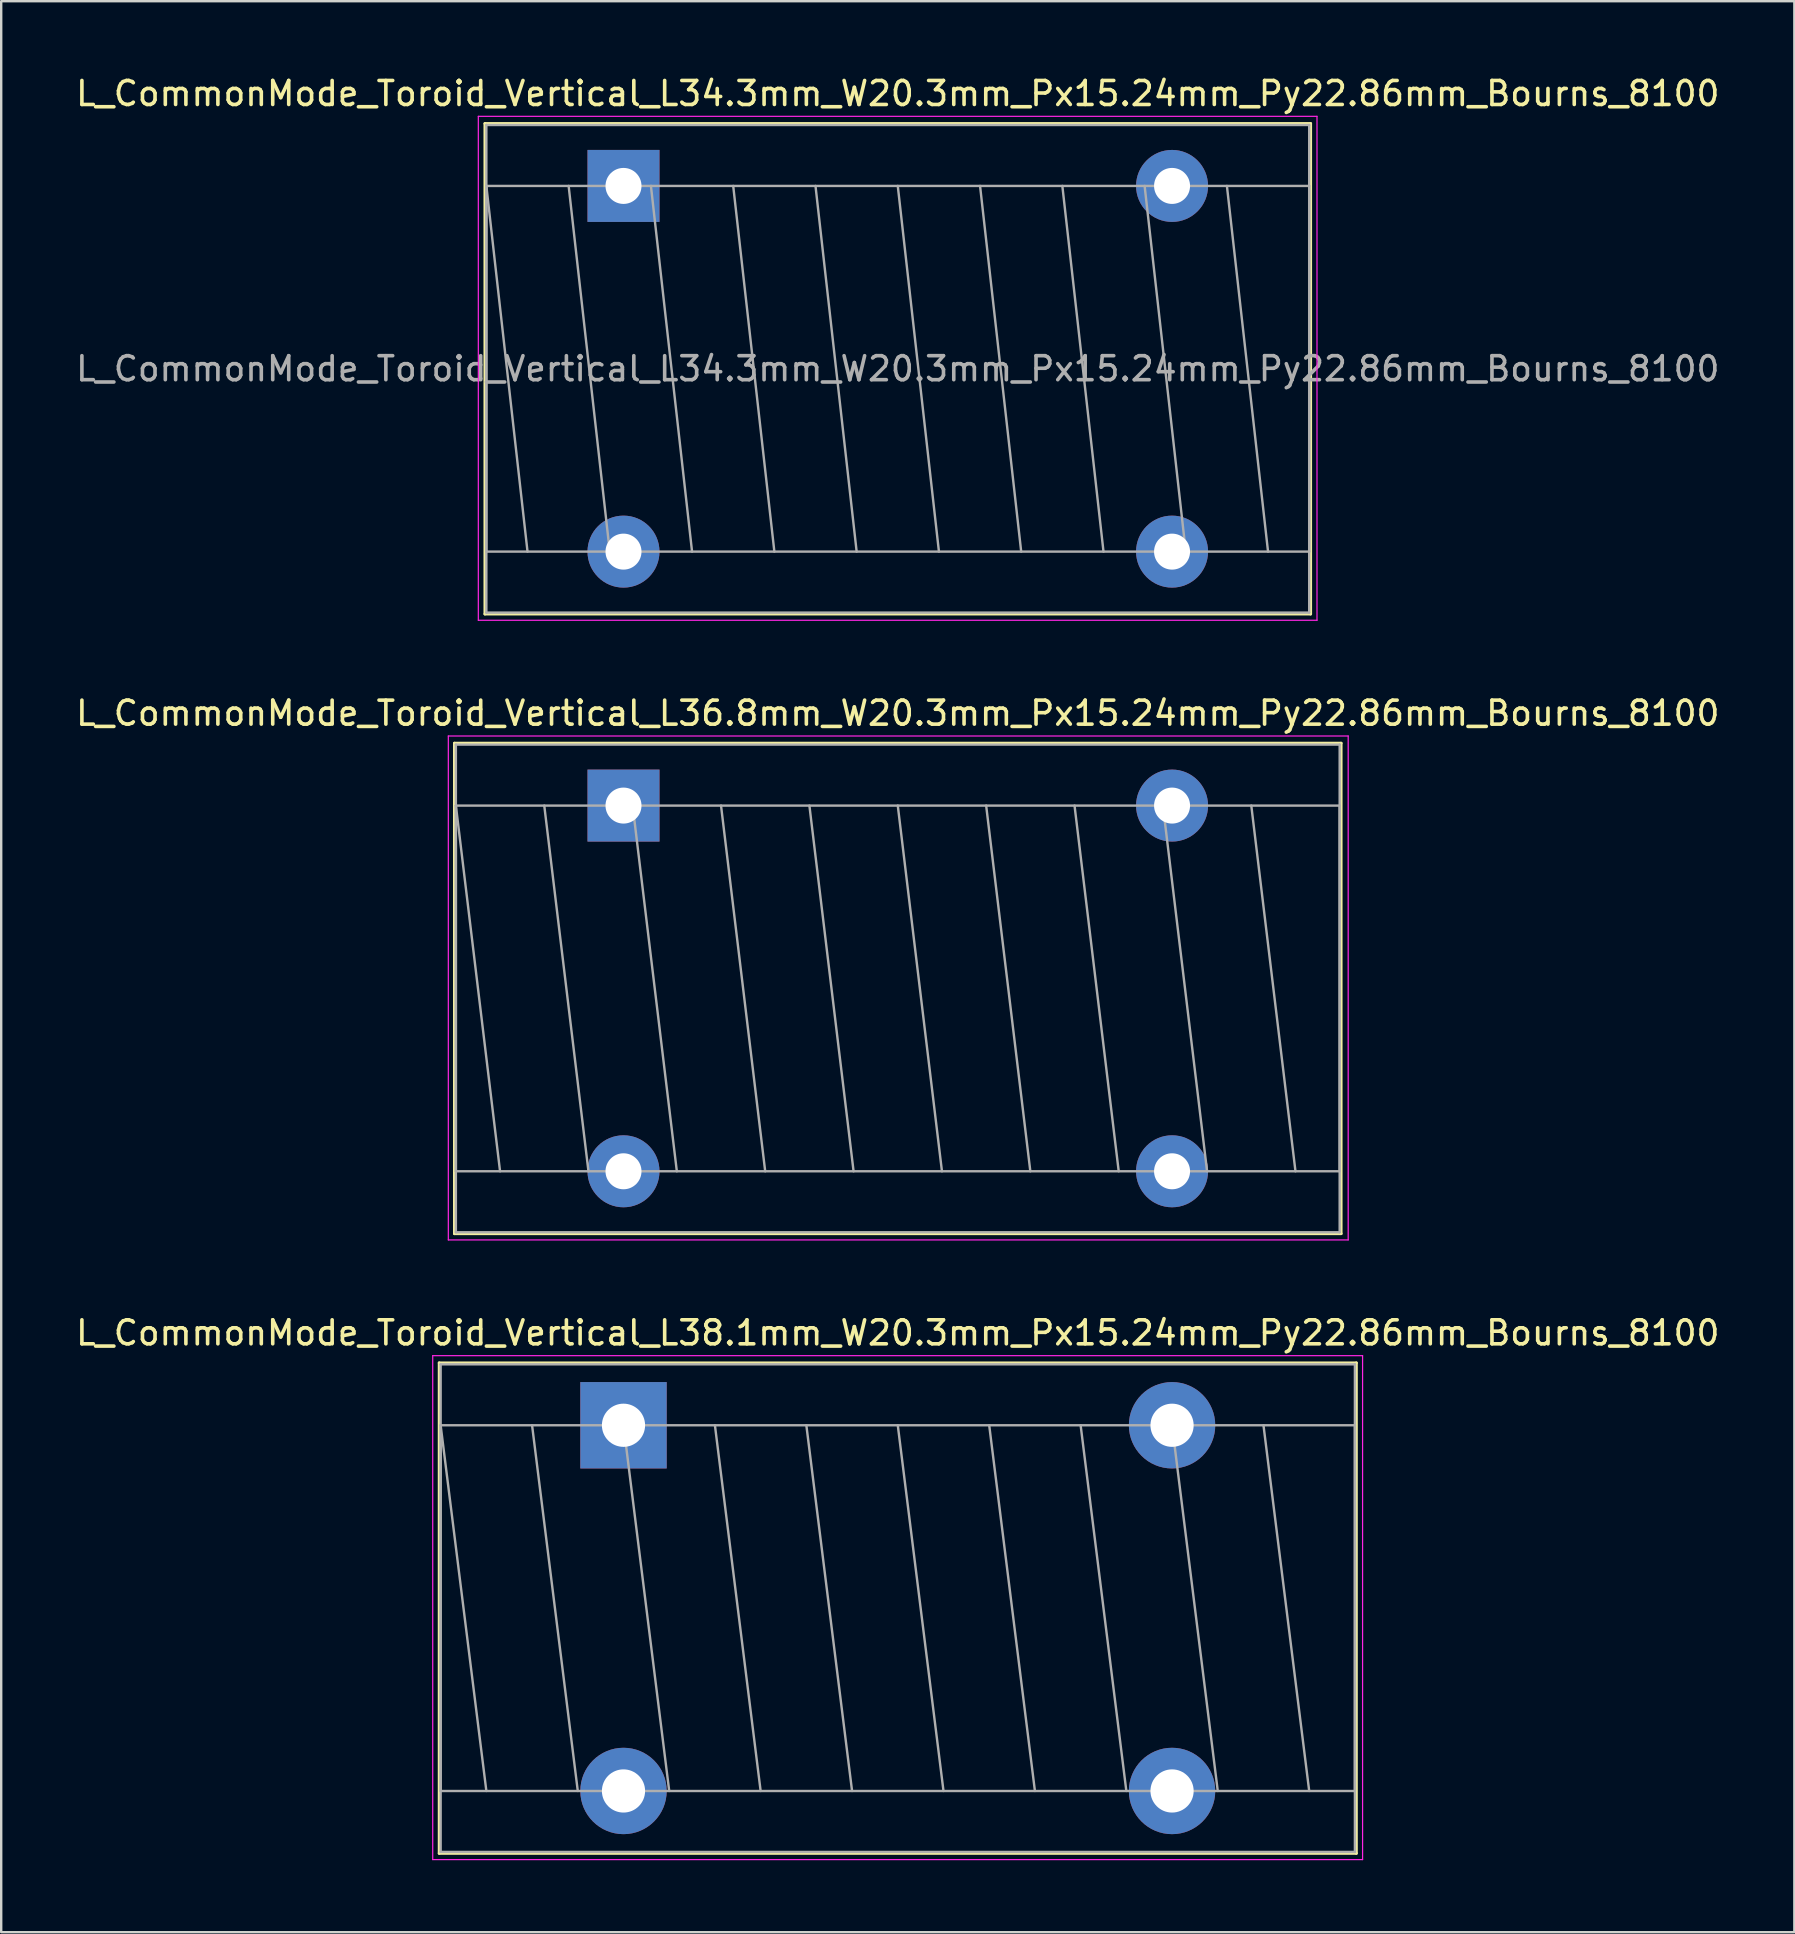
<source format=kicad_pcb>
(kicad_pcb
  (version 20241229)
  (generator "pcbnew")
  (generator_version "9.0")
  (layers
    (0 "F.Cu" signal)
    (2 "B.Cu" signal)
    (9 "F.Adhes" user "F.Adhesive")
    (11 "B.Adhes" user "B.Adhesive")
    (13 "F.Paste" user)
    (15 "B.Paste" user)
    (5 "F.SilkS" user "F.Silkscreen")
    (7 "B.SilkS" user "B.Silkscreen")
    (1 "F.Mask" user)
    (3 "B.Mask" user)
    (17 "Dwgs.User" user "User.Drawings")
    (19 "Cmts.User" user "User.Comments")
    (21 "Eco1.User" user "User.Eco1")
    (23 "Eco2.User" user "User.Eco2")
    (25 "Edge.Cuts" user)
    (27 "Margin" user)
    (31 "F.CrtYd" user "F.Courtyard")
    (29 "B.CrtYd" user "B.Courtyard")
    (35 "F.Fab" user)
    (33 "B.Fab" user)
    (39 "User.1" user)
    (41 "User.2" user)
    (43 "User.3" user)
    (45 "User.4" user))
  (footprint "L_CommonMode_Toroid_Vertical_L34.3mm_W20.3mm_Px15.24mm_Py22.86mm_Bourns_8100"
    (layer "F.Cu")
    (at 22.933 4.698)
    (property "Reference" "L_CommonMode_Toroid_Vertical_L34.3mm_W20.3mm_Px15.24mm_Py22.86mm_Bourns_8100" (at 11.43 -3.85 0) (layer "F.SilkS") (effects (font (size 1 1) (thickness 0.15))))
    (attr through_hole)
    (fp_line (start -5.775 -2.6) (end -5.775 17.84) (stroke (width 0.12) (type solid)) (layer "F.SilkS"))
    (fp_line (start -5.775 -2.6) (end 28.635 -2.6) (stroke (width 0.12) (type solid)) (layer "F.SilkS"))
    (fp_line (start -5.775 17.84) (end 28.635 17.84) (stroke (width 0.12) (type solid)) (layer "F.SilkS"))
    (fp_line (start 28.635 -2.6) (end 28.635 17.84) (stroke (width 0.12) (type solid)) (layer "F.SilkS"))
    (fp_line (start -6.05 -2.9) (end -6.05 18.1) (stroke (width 0.05) (type solid)) (layer "F.CrtYd"))
    (fp_line (start -6.05 18.1) (end 28.9 18.1) (stroke (width 0.05) (type solid)) (layer "F.CrtYd"))
    (fp_line (start 28.9 -2.9) (end -6.05 -2.9) (stroke (width 0.05) (type solid)) (layer "F.CrtYd"))
    (fp_line (start 28.9 18.1) (end 28.9 -2.9) (stroke (width 0.05) (type solid)) (layer "F.CrtYd"))
    (fp_line (start -5.715 -2.54) (end -5.715 17.78) (stroke (width 0.1) (type solid)) (layer "F.Fab"))
    (fp_line (start -5.715 0) (end -5.715 15.24) (stroke (width 0.1) (type solid)) (layer "F.Fab"))
    (fp_line (start -5.715 0) (end -4 15.24) (stroke (width 0.1) (type solid)) (layer "F.Fab"))
    (fp_line (start -5.715 15.24) (end 28.575 15.24) (stroke (width 0.1) (type solid)) (layer "F.Fab"))
    (fp_line (start -5.715 17.78) (end 28.575 17.78) (stroke (width 0.1) (type solid)) (layer "F.Fab"))
    (fp_line (start -2.286 0) (end -0.572 15.24) (stroke (width 0.1) (type solid)) (layer "F.Fab"))
    (fp_line (start 1.143 0) (end 2.857 15.24) (stroke (width 0.1) (type solid)) (layer "F.Fab"))
    (fp_line (start 4.572 0) (end 6.287 15.24) (stroke (width 0.1) (type solid)) (layer "F.Fab"))
    (fp_line (start 8.001 0) (end 9.716 15.24) (stroke (width 0.1) (type solid)) (layer "F.Fab"))
    (fp_line (start 11.43 0) (end 13.145 15.24) (stroke (width 0.1) (type solid)) (layer "F.Fab"))
    (fp_line (start 14.859 0) (end 16.573 15.24) (stroke (width 0.1) (type solid)) (layer "F.Fab"))
    (fp_line (start 18.288 0) (end 20.003 15.24) (stroke (width 0.1) (type solid)) (layer "F.Fab"))
    (fp_line (start 21.717 0) (end 23.431 15.24) (stroke (width 0.1) (type solid)) (layer "F.Fab"))
    (fp_line (start 25.146 0) (end 26.86 15.24) (stroke (width 0.1) (type solid)) (layer "F.Fab"))
    (fp_line (start 28.575 -2.54) (end -5.715 -2.54) (stroke (width 0.1) (type solid)) (layer "F.Fab"))
    (fp_line (start 28.575 0) (end -5.715 0) (stroke (width 0.1) (type solid)) (layer "F.Fab"))
    (fp_line (start 28.575 15.24) (end 28.575 0) (stroke (width 0.1) (type solid)) (layer "F.Fab"))
    (fp_line (start 28.575 17.78) (end 28.575 -2.54) (stroke (width 0.1) (type solid)) (layer "F.Fab"))
    (fp_text user "${REFERENCE}" (at 11.43 7.62 0) (layer "F.Fab") (effects (font (size 1 1) (thickness 0.15))))
    (pad "1" thru_hole rect (at 0 0) (size 3 3) (drill 1.5) (layers "*.Cu" "*.Mask"))
    (pad "2" thru_hole circle (at 0 15.24) (size 3 3) (drill 1.5) (layers "*.Cu" "*.Mask"))
    (pad "3" thru_hole circle (at 22.86 15.24) (size 3 3) (drill 1.5) (layers "*.Cu" "*.Mask"))
    (pad "4" thru_hole circle (at 22.86 0) (size 3 3) (drill 1.5) (layers "*.Cu" "*.Mask")))
  (footprint "L_CommonMode_Toroid_Vertical_L36.8mm_W20.3mm_Px15.24mm_Py22.86mm_Bourns_8100"
    (layer "F.Cu")
    (at 22.933 30.521)
    (property "Reference" "L_CommonMode_Toroid_Vertical_L36.8mm_W20.3mm_Px15.24mm_Py22.86mm_Bourns_8100" (at 11.43 -3.85 0) (layer "F.SilkS") (effects (font (size 1 1) (thickness 0.15))))
    (attr through_hole)
    (fp_line (start -7.045 -2.6) (end -7.045 17.84) (stroke (width 0.12) (type solid)) (layer "F.SilkS"))
    (fp_line (start -7.045 -2.6) (end 29.905 -2.6) (stroke (width 0.12) (type solid)) (layer "F.SilkS"))
    (fp_line (start -7.045 17.84) (end 29.905 17.84) (stroke (width 0.12) (type solid)) (layer "F.SilkS"))
    (fp_line (start 29.905 -2.6) (end 29.905 17.84) (stroke (width 0.12) (type solid)) (layer "F.SilkS"))
    (fp_line (start -7.3 -2.9) (end -7.3 18.1) (stroke (width 0.05) (type solid)) (layer "F.CrtYd"))
    (fp_line (start -7.3 18.1) (end 30.2 18.1) (stroke (width 0.05) (type solid)) (layer "F.CrtYd"))
    (fp_line (start 30.2 -2.9) (end -7.3 -2.9) (stroke (width 0.05) (type solid)) (layer "F.CrtYd"))
    (fp_line (start 30.2 18.1) (end 30.2 -2.9) (stroke (width 0.05) (type solid)) (layer "F.CrtYd"))
    (fp_line (start -6.985 -2.54) (end -6.985 17.78) (stroke (width 0.1) (type solid)) (layer "F.Fab"))
    (fp_line (start -6.985 0) (end -6.985 15.24) (stroke (width 0.1) (type solid)) (layer "F.Fab"))
    (fp_line (start -6.985 0) (end -5.144 15.24) (stroke (width 0.1) (type solid)) (layer "F.Fab"))
    (fp_line (start -6.985 15.24) (end 29.845 15.24) (stroke (width 0.1) (type solid)) (layer "F.Fab"))
    (fp_line (start -6.985 17.78) (end 29.845 17.78) (stroke (width 0.1) (type solid)) (layer "F.Fab"))
    (fp_line (start -3.302 0) (end -1.46 15.24) (stroke (width 0.1) (type solid)) (layer "F.Fab"))
    (fp_line (start 0.381 0) (end 2.223 15.24) (stroke (width 0.1) (type solid)) (layer "F.Fab"))
    (fp_line (start 4.064 0) (end 5.905 15.24) (stroke (width 0.1) (type solid)) (layer "F.Fab"))
    (fp_line (start 7.747 0) (end 9.588 15.24) (stroke (width 0.1) (type solid)) (layer "F.Fab"))
    (fp_line (start 11.43 0) (end 13.271 15.24) (stroke (width 0.1) (type solid)) (layer "F.Fab"))
    (fp_line (start 15.113 0) (end 16.954 15.24) (stroke (width 0.1) (type solid)) (layer "F.Fab"))
    (fp_line (start 18.796 0) (end 20.637 15.24) (stroke (width 0.1) (type solid)) (layer "F.Fab"))
    (fp_line (start 22.479 0) (end 24.32 15.24) (stroke (width 0.1) (type solid)) (layer "F.Fab"))
    (fp_line (start 26.162 0) (end 28.003 15.24) (stroke (width 0.1) (type solid)) (layer "F.Fab"))
    (fp_line (start 29.845 -2.54) (end -6.985 -2.54) (stroke (width 0.1) (type solid)) (layer "F.Fab"))
    (fp_line (start 29.845 0) (end -6.985 0) (stroke (width 0.1) (type solid)) (layer "F.Fab"))
    (fp_line (start 29.845 15.24) (end 29.845 0) (stroke (width 0.1) (type solid)) (layer "F.Fab"))
    (fp_line (start 29.845 17.78) (end 29.845 -2.54) (stroke (width 0.1) (type solid)) (layer "F.Fab"))
    (pad "1" thru_hole rect (at 0 0) (size 3 3) (drill 1.5) (layers "*.Cu" "*.Mask"))
    (pad "2" thru_hole circle (at 0 15.24) (size 3 3) (drill 1.5) (layers "*.Cu" "*.Mask"))
    (pad "3" thru_hole circle (at 22.86 15.24) (size 3 3) (drill 1.5) (layers "*.Cu" "*.Mask"))
    (pad "4" thru_hole circle (at 22.86 0) (size 3 3) (drill 1.5) (layers "*.Cu" "*.Mask")))
  (footprint "L_CommonMode_Toroid_Vertical_L38.1mm_W20.3mm_Px15.24mm_Py22.86mm_Bourns_8100"
    (layer "F.Cu")
    (at 22.933 56.345)
    (property "Reference" "L_CommonMode_Toroid_Vertical_L38.1mm_W20.3mm_Px15.24mm_Py22.86mm_Bourns_8100" (at 11.43 -3.85 0) (layer "F.SilkS") (effects (font (size 1 1) (thickness 0.15))))
    (attr through_hole)
    (fp_line (start -7.68 -2.6) (end -7.68 17.84) (stroke (width 0.12) (type solid)) (layer "F.SilkS"))
    (fp_line (start -7.68 -2.6) (end 30.54 -2.6) (stroke (width 0.12) (type solid)) (layer "F.SilkS"))
    (fp_line (start -7.68 17.84) (end 30.54 17.84) (stroke (width 0.12) (type solid)) (layer "F.SilkS"))
    (fp_line (start 30.54 -2.6) (end 30.54 17.84) (stroke (width 0.12) (type solid)) (layer "F.SilkS"))
    (fp_line (start -7.95 -2.9) (end -7.95 18.1) (stroke (width 0.05) (type solid)) (layer "F.CrtYd"))
    (fp_line (start -7.95 18.1) (end 30.8 18.1) (stroke (width 0.05) (type solid)) (layer "F.CrtYd"))
    (fp_line (start 30.8 -2.9) (end -7.95 -2.9) (stroke (width 0.05) (type solid)) (layer "F.CrtYd"))
    (fp_line (start 30.8 18.1) (end 30.8 -2.9) (stroke (width 0.05) (type solid)) (layer "F.CrtYd"))
    (fp_line (start -7.62 -2.54) (end -7.62 17.78) (stroke (width 0.1) (type solid)) (layer "F.Fab"))
    (fp_line (start -7.62 0) (end -7.62 15.24) (stroke (width 0.1) (type solid)) (layer "F.Fab"))
    (fp_line (start -7.62 0) (end -5.715 15.24) (stroke (width 0.1) (type solid)) (layer "F.Fab"))
    (fp_line (start -7.62 15.24) (end 30.48 15.24) (stroke (width 0.1) (type solid)) (layer "F.Fab"))
    (fp_line (start -7.62 17.78) (end 30.48 17.78) (stroke (width 0.1) (type solid)) (layer "F.Fab"))
    (fp_line (start -3.81 0) (end -1.905 15.24) (stroke (width 0.1) (type solid)) (layer "F.Fab"))
    (fp_line (start 0 0) (end 1.905 15.24) (stroke (width 0.1) (type solid)) (layer "F.Fab"))
    (fp_line (start 3.81 0) (end 5.715 15.24) (stroke (width 0.1) (type solid)) (layer "F.Fab"))
    (fp_line (start 7.62 0) (end 9.525 15.24) (stroke (width 0.1) (type solid)) (layer "F.Fab"))
    (fp_line (start 11.43 0) (end 13.335 15.24) (stroke (width 0.1) (type solid)) (layer "F.Fab"))
    (fp_line (start 15.24 0) (end 17.145 15.24) (stroke (width 0.1) (type solid)) (layer "F.Fab"))
    (fp_line (start 19.05 0) (end 20.955 15.24) (stroke (width 0.1) (type solid)) (layer "F.Fab"))
    (fp_line (start 22.86 0) (end 24.765 15.24) (stroke (width 0.1) (type solid)) (layer "F.Fab"))
    (fp_line (start 26.67 0) (end 28.575 15.24) (stroke (width 0.1) (type solid)) (layer "F.Fab"))
    (fp_line (start 30.48 -2.54) (end -7.62 -2.54) (stroke (width 0.1) (type solid)) (layer "F.Fab"))
    (fp_line (start 30.48 0) (end -7.62 0) (stroke (width 0.1) (type solid)) (layer "F.Fab"))
    (fp_line (start 30.48 15.24) (end 30.48 0) (stroke (width 0.1) (type solid)) (layer "F.Fab"))
    (fp_line (start 30.48 17.78) (end 30.48 -2.54) (stroke (width 0.1) (type solid)) (layer "F.Fab"))
    (pad "1" thru_hole rect (at 0 0) (size 3.6 3.6) (drill 1.8) (layers "*.Cu" "*.Mask"))
    (pad "2" thru_hole circle (at 0 15.24) (size 3.6 3.6) (drill 1.8) (layers "*.Cu" "*.Mask"))
    (pad "3" thru_hole circle (at 22.86 15.24) (size 3.6 3.6) (drill 1.8) (layers "*.Cu" "*.Mask"))
    (pad "4" thru_hole circle (at 22.86 0) (size 3.6 3.6) (drill 1.8) (layers "*.Cu" "*.Mask")))
  (gr_rect
    (start -3 -3)
    (end 71.726 77.47)
    (stroke (width 0.1) (type default))
    (fill no)
    (layer "Edge.Cuts")))
</source>
